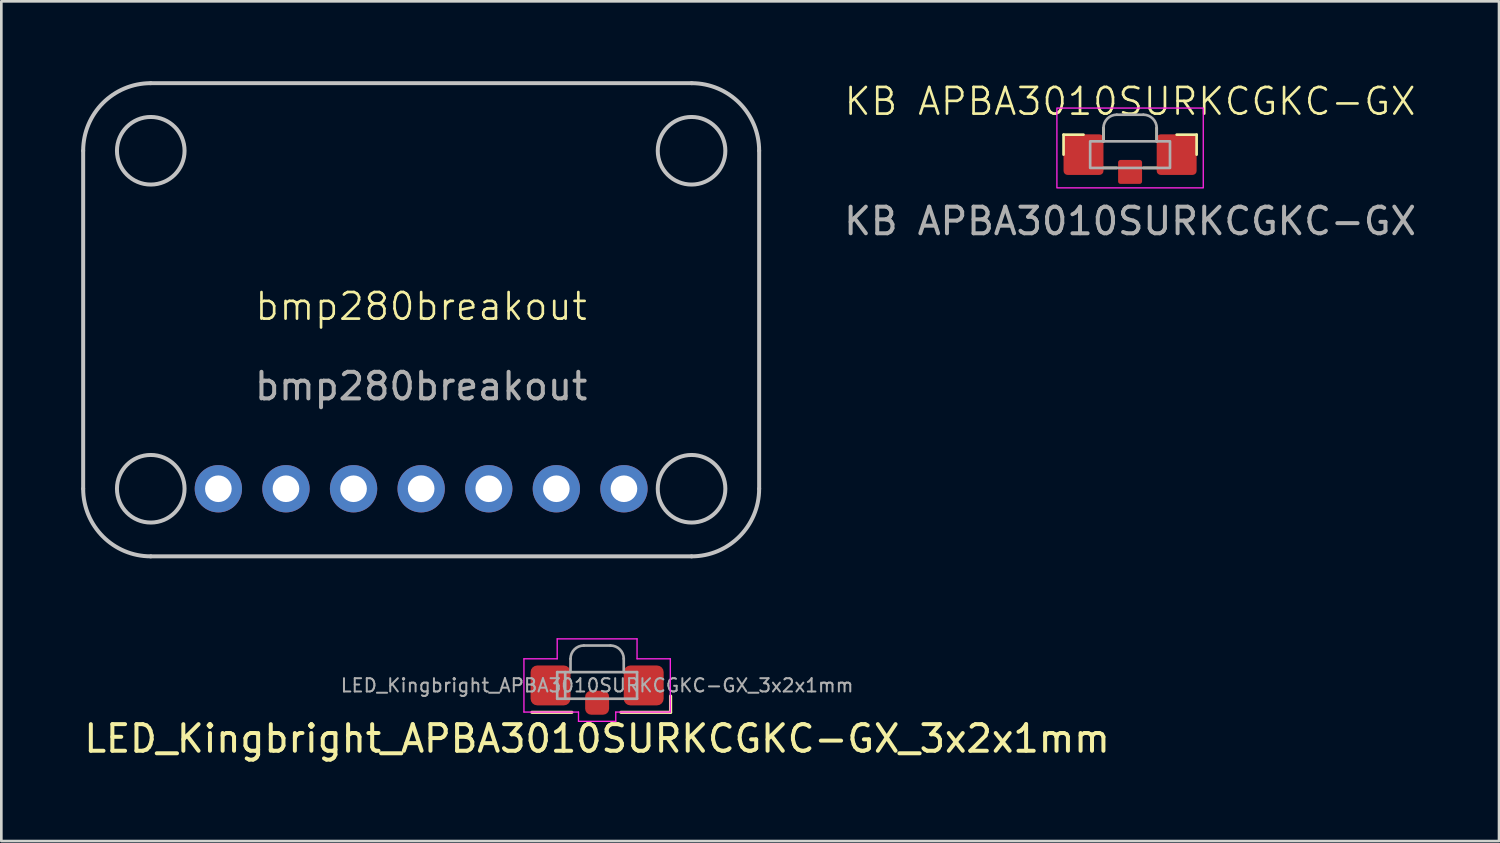
<source format=kicad_pcb>
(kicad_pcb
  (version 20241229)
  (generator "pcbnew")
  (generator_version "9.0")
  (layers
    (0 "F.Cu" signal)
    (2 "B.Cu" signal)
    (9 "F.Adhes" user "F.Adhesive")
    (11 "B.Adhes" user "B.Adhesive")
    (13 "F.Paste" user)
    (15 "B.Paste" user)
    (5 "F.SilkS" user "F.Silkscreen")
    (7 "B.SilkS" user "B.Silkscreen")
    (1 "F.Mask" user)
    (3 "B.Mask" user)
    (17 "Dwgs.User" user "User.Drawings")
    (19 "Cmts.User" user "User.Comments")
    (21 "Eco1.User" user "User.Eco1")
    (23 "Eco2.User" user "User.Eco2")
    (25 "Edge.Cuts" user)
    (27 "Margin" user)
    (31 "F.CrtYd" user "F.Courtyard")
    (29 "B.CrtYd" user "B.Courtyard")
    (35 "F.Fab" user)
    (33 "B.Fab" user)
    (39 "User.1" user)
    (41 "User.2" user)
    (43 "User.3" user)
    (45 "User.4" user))
  (footprint "LED_Kingbright_APBA3010SURKCGKC-GX_3x2x1mm"
    (layer "F.Cu")
    (at 19.387 22.705)
    (property "Reference" "LED_Kingbright_APBA3010SURKCGKC-GX_3x2x1mm" (at 0 2 0) (layer "F.SilkS") (effects (font (size 1 1) (thickness 0.15))))
    (attr smd)
    (fp_line (start -2.45 1.01) (end -0.95 1.01) (stroke (width 0.12) (type solid)) (layer "F.SilkS"))
    (fp_line (start 0.895 1.01) (end 2.76 1.01) (stroke (width 0.12) (type solid)) (layer "F.SilkS"))
    (fp_line (start 2.76 0.4) (end 2.76 1.01) (stroke (width 0.12) (type solid)) (layer "F.SilkS"))
    (fp_line (start -2.75 1) (end -2.75 -1) (stroke (width 0.05) (type default)) (layer "F.CrtYd"))
    (fp_line (start -1.5 -1.75) (end -1.5 -1) (stroke (width 0.05) (type default)) (layer "F.CrtYd"))
    (fp_line (start -1.5 -1.75) (end 1.5 -1.75) (stroke (width 0.05) (type default)) (layer "F.CrtYd"))
    (fp_line (start -1.5 -1) (end -2.75 -1) (stroke (width 0.05) (type default)) (layer "F.CrtYd"))
    (fp_line (start -0.7 1) (end -2.75 1) (stroke (width 0.05) (type default)) (layer "F.CrtYd"))
    (fp_line (start -0.7 1.35) (end -0.7 1) (stroke (width 0.05) (type default)) (layer "F.CrtYd"))
    (fp_line (start 0.7 1) (end 0.7 1.35) (stroke (width 0.05) (type default)) (layer "F.CrtYd"))
    (fp_line (start 0.7 1.35) (end -0.7 1.35) (stroke (width 0.05) (type default)) (layer "F.CrtYd"))
    (fp_line (start 1.5 -1.75) (end 1.5 -1) (stroke (width 0.05) (type default)) (layer "F.CrtYd"))
    (fp_line (start 1.5 -1) (end 2.75 -1) (stroke (width 0.05) (type default)) (layer "F.CrtYd"))
    (fp_line (start 2.75 -1) (end 2.75 1) (stroke (width 0.05) (type default)) (layer "F.CrtYd"))
    (fp_line (start 2.75 1) (end 0.7 1) (stroke (width 0.05) (type default)) (layer "F.CrtYd"))
    (fp_line (start -1.5 -0.5) (end 1.5 -0.5) (stroke (width 0.1) (type solid)) (layer "F.Fab"))
    (fp_line (start -1.5 0.5) (end -1.5 -0.5) (stroke (width 0.1) (type solid)) (layer "F.Fab"))
    (fp_line (start -1.2 -0.5) (end -1.2 0.5) (stroke (width 0.1) (type solid)) (layer "F.Fab"))
    (fp_line (start -1 -0.5) (end -1 -1) (stroke (width 0.1) (type solid)) (layer "F.Fab"))
    (fp_line (start -0.5 -1.5) (end 0.5 -1.5) (stroke (width 0.1) (type solid)) (layer "F.Fab"))
    (fp_line (start 1 -1) (end 1 -0.5) (stroke (width 0.1) (type solid)) (layer "F.Fab"))
    (fp_line (start 1.5 -0.5) (end 1.5 0.5) (stroke (width 0.1) (type solid)) (layer "F.Fab"))
    (fp_line (start 1.5 0.5) (end -1.5 0.5) (stroke (width 0.1) (type solid)) (layer "F.Fab"))
    (fp_arc (start -1 -1) (mid -0.853553 -1.353553) (end -0.5 -1.5) (stroke (width 0.1) (type solid)) (layer "F.Fab"))
    (fp_arc (start 0.5 -1.5) (mid 0.853553 -1.353553) (end 1 -1) (stroke (width 0.1) (type solid)) (layer "F.Fab"))
    (fp_text user "${REFERENCE}" (at 0 0 0) (layer "F.Fab") (effects (font (size 0.5 0.5) (thickness 0.075))))
    (pad "1" smd roundrect (at 1.75 0) (size 1.5 1.5) (layers "F.Cu" "F.Mask" "F.Paste") (roundrect_rratio 0.167))
    (pad "2" smd roundrect (at 0 0.65) (size 0.9 0.9) (layers "F.Cu" "F.Mask" "F.Paste") (roundrect_rratio 0.25))
    (pad "3" smd roundrect (at -1.75 0) (size 1.5 1.5) (layers "F.Cu" "F.Mask" "F.Paste") (roundrect_rratio 0.167)))
  (footprint "bmp280breakout"
    (layer "F.Cu")
    (at 12.775 8.965)
    (property "Reference" "bmp280breakout" (at 0 -0.5 0) (unlocked yes) (layer "F.SilkS") (effects (font (size 1 1) (thickness 0.1))))
    (attr through_hole)
    (fp_line (start -12.7 -6.35) (end -12.7 6.35) (stroke (width 0.15) (type solid)) (layer "Dwgs.User"))
    (fp_line (start -10.16 8.89) (end 10.16 8.89) (stroke (width 0.15) (type solid)) (layer "Dwgs.User"))
    (fp_line (start 10.16 -8.89) (end -10.16 -8.89) (stroke (width 0.15) (type solid)) (layer "Dwgs.User"))
    (fp_line (start 12.7 6.35) (end 12.7 -6.35) (stroke (width 0.15) (type solid)) (layer "Dwgs.User"))
    (fp_arc (start -12.7 -6.35) (mid -11.956051 -8.146051) (end -10.16 -8.89) (stroke (width 0.15) (type solid)) (layer "Dwgs.User"))
    (fp_arc (start -10.16 8.89) (mid -11.956051 8.146051) (end -12.7 6.35) (stroke (width 0.15) (type solid)) (layer "Dwgs.User"))
    (fp_arc (start 10.16 -8.89) (mid 11.956051 -8.146051) (end 12.7 -6.35) (stroke (width 0.15) (type solid)) (layer "Dwgs.User"))
    (fp_arc (start 12.7 6.35) (mid 11.956051 8.146051) (end 10.16 8.89) (stroke (width 0.15) (type solid)) (layer "Dwgs.User"))
    (fp_circle (center -10.16 -6.35) (end -8.89 -6.35) (stroke (width 0.15) (type default)) (fill no) (layer "Dwgs.User"))
    (fp_circle (center -10.16 6.35) (end -8.89 6.35) (stroke (width 0.15) (type default)) (fill no) (layer "Dwgs.User"))
    (fp_circle (center 10.16 -6.35) (end 11.43 -6.35) (stroke (width 0.15) (type default)) (fill no) (layer "Dwgs.User"))
    (fp_circle (center 10.16 6.35) (end 11.43 6.35) (stroke (width 0.15) (type default)) (fill no) (layer "Dwgs.User"))
    (fp_text user "${REFERENCE}" (at 0 2.5 0) (unlocked yes) (layer "F.Fab") (effects (font (size 1 1) (thickness 0.15))))
    (pad "3Vo" thru_hole circle (at -5.08 6.35 90) (size 1.778 1.778) (drill 1) (layers "*.Cu" "*.Mask"))
    (pad "CS" thru_hole circle (at 7.62 6.35 90) (size 1.778 1.778) (drill 1) (layers "*.Cu" "*.Mask"))
    (pad "GND" thru_hole circle (at -2.54 6.35 90) (size 1.778 1.778) (drill 1) (layers "*.Cu" "*.Mask"))
    (pad "SCK" thru_hole circle (at 0 6.35 90) (size 1.778 1.778) (drill 1) (layers "*.Cu" "*.Mask"))
    (pad "SDI" thru_hole circle (at 5.08 6.35 90) (size 1.778 1.778) (drill 1) (layers "*.Cu" "*.Mask"))
    (pad "SDO" thru_hole circle (at 2.54 6.35 90) (size 1.778 1.778) (drill 1) (layers "*.Cu" "*.Mask"))
    (pad "VIN" thru_hole circle (at -7.62 6.35 90) (size 1.778 1.778) (drill 1) (layers "*.Cu" "*.Mask")))
  (footprint "KB APBA3010SURKCGKC-GX"
    (layer "F.Cu")
    (at 39.413 2.76)
    (property "Reference" "KB APBA3010SURKCGKC-GX" (at 0 -2 0) (unlocked yes) (layer "F.SilkS") (effects (font (size 1 1) (thickness 0.1))))
    (attr smd)
    (fp_line (start -2.5 -0.75) (end -2.5 0) (stroke (width 0.1) (type default)) (layer "F.SilkS"))
    (fp_line (start -1.75 -0.75) (end -2.5 -0.75) (stroke (width 0.1) (type default)) (layer "F.SilkS"))
    (fp_line (start -1 -1) (end -1 -0.5) (stroke (width 0.1) (type default)) (layer "F.SilkS"))
    (fp_line (start -1 0.5) (end -0.5 0.5) (stroke (width 0.1) (type default)) (layer "F.SilkS"))
    (fp_line (start 0.5 0.5) (end 1 0.5) (stroke (width 0.1) (type default)) (layer "F.SilkS"))
    (fp_line (start 1 -1) (end 1 -0.5) (stroke (width 0.1) (type default)) (layer "F.SilkS"))
    (fp_line (start 1.75 -0.75) (end 2.5 -0.75) (stroke (width 0.1) (type default)) (layer "F.SilkS"))
    (fp_line (start 2.5 -0.75) (end 2.5 0) (stroke (width 0.1) (type default)) (layer "F.SilkS"))
    (fp_rect (start -2.75 -1.75) (end 2.75 1.25) (stroke (width 0.05) (type default)) (fill no) (layer "F.CrtYd"))
    (fp_line (start -1 -1) (end -1 -0.5) (stroke (width 0.1) (type default)) (layer "F.Fab"))
    (fp_line (start -0.5 -1.5) (end 0.5 -1.5) (stroke (width 0.1) (type default)) (layer "F.Fab"))
    (fp_line (start 1 -1) (end 1 -0.5) (stroke (width 0.1) (type default)) (layer "F.Fab"))
    (fp_rect (start -1.5 -0.5) (end 1.5 0.5) (stroke (width 0.1) (type default)) (fill no) (layer "F.Fab"))
    (fp_arc (start -1 -1) (mid -0.853553 -1.353553) (end -0.5 -1.5) (stroke (width 0.1) (type default)) (layer "F.Fab"))
    (fp_arc (start 0.5 -1.5) (mid 0.853553 -1.353553) (end 1 -1) (stroke (width 0.1) (type default)) (layer "F.Fab"))
    (fp_text user "${REFERENCE}" (at 0 2.5 0) (unlocked yes) (layer "F.Fab") (effects (font (size 1 1) (thickness 0.15))))
    (pad "1" smd roundrect (at 1.75 0) (size 1.5 1.524) (layers "F.Cu" "F.Mask" "F.Paste") (roundrect_rratio 0.1))
    (pad "2" smd roundrect (at 0 0.65) (size 0.9 0.9) (layers "F.Cu" "F.Mask" "F.Paste") (roundrect_rratio 0.1))
    (pad "3" smd roundrect (at -1.75 0) (size 1.5 1.524) (layers "F.Cu" "F.Mask" "F.Paste") (roundrect_rratio 0.1)))
  (gr_rect
    (start -3 -3)
    (end 53.276 28.553)
    (stroke (width 0.1) (type default))
    (fill no)
    (layer "Edge.Cuts")))
</source>
